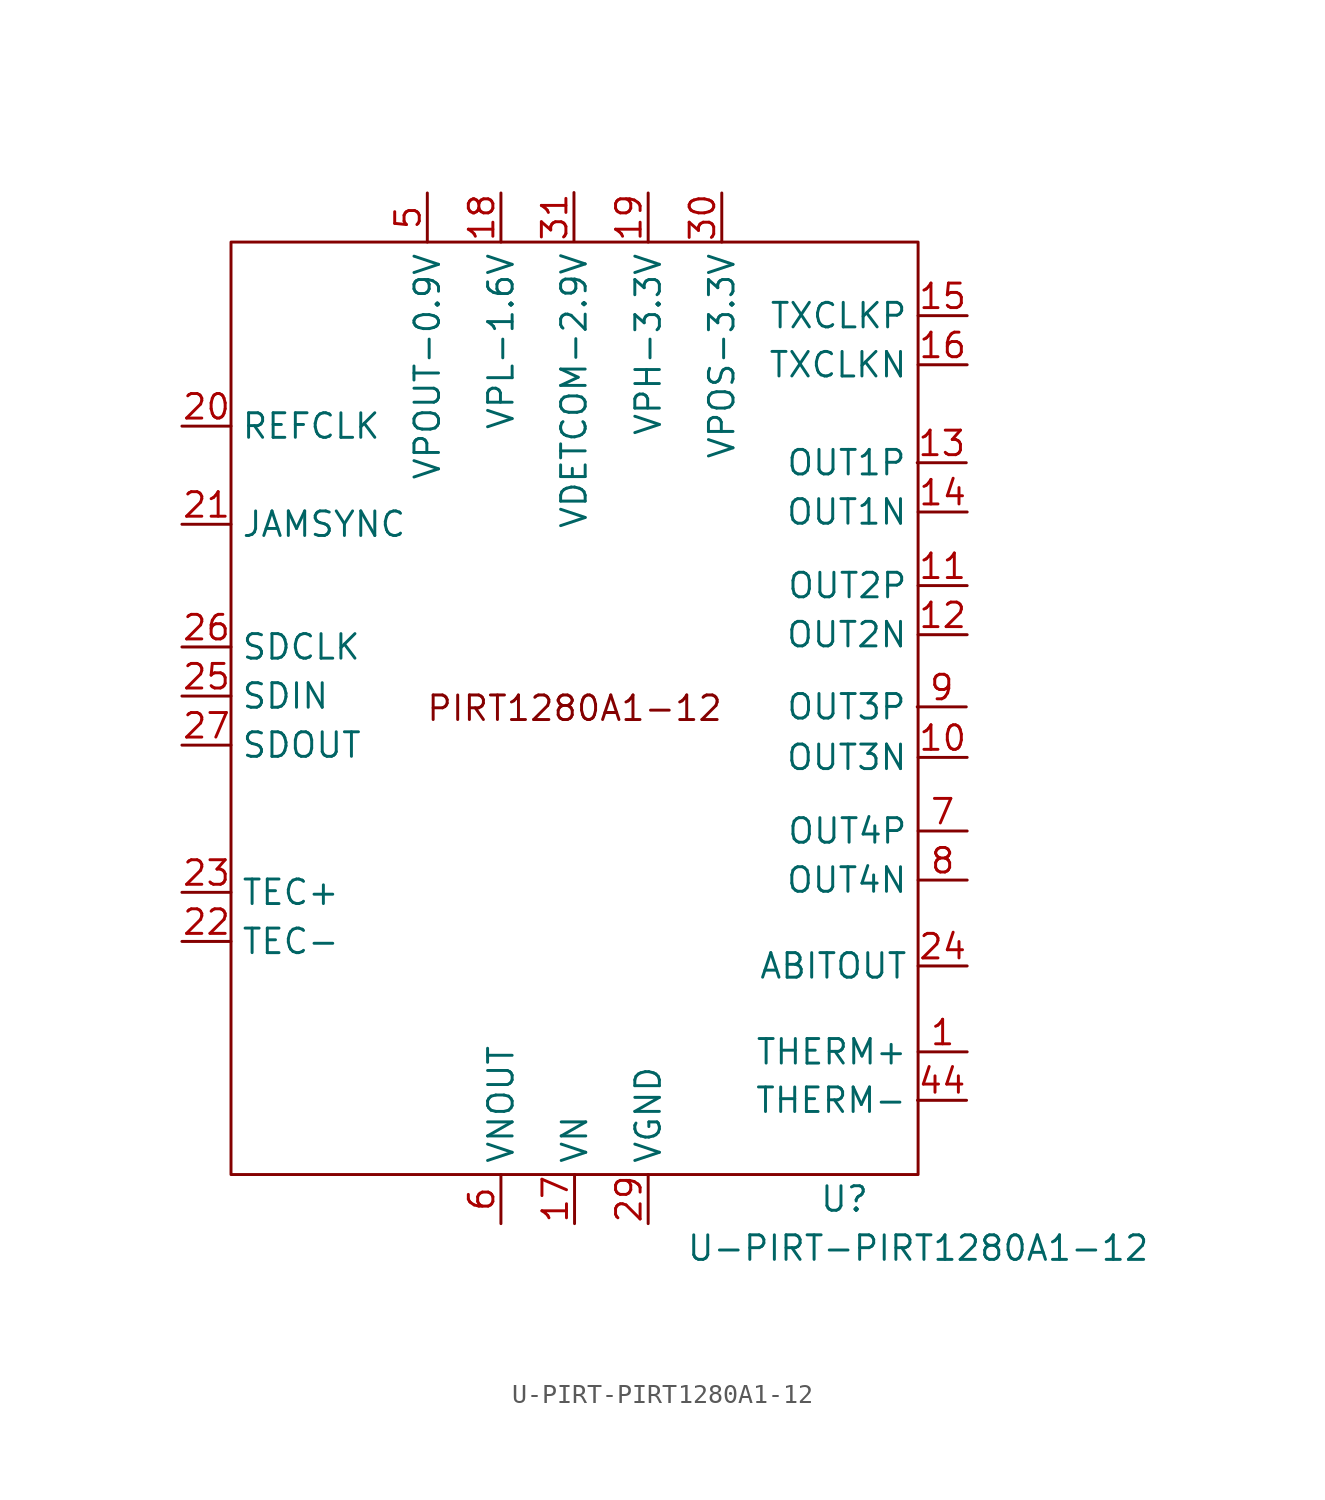
<source format=kicad_sym>
(kicad_symbol_lib
  (version 20211014)
  (generator kicad_symbol_editor)
  (symbol "U-PIRT-PIRT1280A1-12"
    (property "Reference" "U"
      (at 13.97 -25.4 0)
      (effects (font (size 1.27 1.27))))
    (property "Value" "U-PIRT-PIRT1280A1-12"
      (at 17.78 -27.94 0)
      (effects (font (size 1.27 1.27))))
    (symbol "U-PIRT-PIRT1280A1-12_0_0"
      (text "PIRT1280A1-12" (at 0 0 0) (effects (font (size 1.27 1.27)))))
    (symbol "U-PIRT-PIRT1280A1-12_0_1"
      (rectangle (start -17.78 24.13) (end 17.78 -24.13) (stroke (width 0) (type default) (color 0 0 0 0)) (fill (type none))))
    (symbol "U-PIRT-PIRT1280A1-12_1_1"
      (pin passive line (at 20.32 -17.78 180) (length 2.54) (name "THERM+" (effects (font (size 1.27 1.27)))) (number "1" (effects (font (size 1.27 1.27)))))
      (pin output line (at 20.32 -2.54 180) (length 2.54) (name "OUT3N" (effects (font (size 1.27 1.27)))) (number "10" (effects (font (size 1.27 1.27)))))
      (pin output line (at 20.32 6.35 180) (length 2.54) (name "OUT2P" (effects (font (size 1.27 1.27)))) (number "11" (effects (font (size 1.27 1.27)))))
      (pin output line (at 20.32 3.81 180) (length 2.54) (name "OUT2N" (effects (font (size 1.27 1.27)))) (number "12" (effects (font (size 1.27 1.27)))))
      (pin output line (at 20.274 12.71 180) (length 2.54) (name "OUT1P" (effects (font (size 1.27 1.27)))) (number "13" (effects (font (size 1.27 1.27)))))
      (pin output line (at 20.32 10.16 180) (length 2.54) (name "OUT1N" (effects (font (size 1.27 1.27)))) (number "14" (effects (font (size 1.27 1.27)))))
      (pin input line (at 20.32 20.32 180) (length 2.54) (name "TXCLKP" (effects (font (size 1.27 1.27)))) (number "15" (effects (font (size 1.27 1.27)))))
      (pin input line (at 20.32 17.78 180) (length 2.54) (name "TXCLKN" (effects (font (size 1.27 1.27)))) (number "16" (effects (font (size 1.27 1.27)))))
      (pin power_in line (at 0 -26.67 90) (length 2.54) (name "VN" (effects (font (size 1.27 1.27)))) (number "17" (effects (font (size 1.27 1.27)))))
      (pin power_in line (at -3.81 26.67 270) (length 2.54) (name "VPL-1.6V" (effects (font (size 1.27 1.27)))) (number "18" (effects (font (size 1.27 1.27)))))
      (pin power_in line (at 3.81 26.67 270) (length 2.54) (name "VPH-3.3V" (effects (font (size 1.27 1.27)))) (number "19" (effects (font (size 1.27 1.27)))))
      (pin input line (at -20.32 14.605 0) (length 2.54) (name "REFCLK" (effects (font (size 1.27 1.27)))) (number "20" (effects (font (size 1.27 1.27)))))
      (pin input line (at -20.32 9.525 0) (length 2.54) (name "JAMSYNC" (effects (font (size 1.27 1.27)))) (number "21" (effects (font (size 1.27 1.27)))))
      (pin passive line (at -20.32 -12.065 0) (length 2.54) (name "TEC-" (effects (font (size 1.27 1.27)))) (number "22" (effects (font (size 1.27 1.27)))))
      (pin passive line (at -20.32 -9.525 0) (length 2.54) (name "TEC+" (effects (font (size 1.27 1.27)))) (number "23" (effects (font (size 1.27 1.27)))))
      (pin output line (at 20.32 -13.335 180) (length 2.54) (name "ABITOUT" (effects (font (size 1.27 1.27)))) (number "24" (effects (font (size 1.27 1.27)))))
      (pin input line (at -20.32 0.635 0) (length 2.54) (name "SDIN" (effects (font (size 1.27 1.27)))) (number "25" (effects (font (size 1.27 1.27)))))
      (pin input line (at -20.32 3.175 0) (length 2.54) (name "SDCLK" (effects (font (size 1.27 1.27)))) (number "26" (effects (font (size 1.27 1.27)))))
      (pin output line (at -20.32 -1.905 0) (length 2.54) (name "SDOUT" (effects (font (size 1.27 1.27)))) (number "27" (effects (font (size 1.27 1.27)))))
      (pin power_in line (at 3.81 -26.67 90) (length 2.54) (name "VGND" (effects (font (size 1.27 1.27)))) (number "29" (effects (font (size 1.27 1.27)))))
      (pin power_in line (at 7.62 26.67 270) (length 2.54) (name "VPOS-3.3V" (effects (font (size 1.27 1.27)))) (number "30" (effects (font (size 1.27 1.27)))))
      (pin power_in line (at -0.03 26.693 270) (length 2.54) (name "VDETCOM-2.9V" (effects (font (size 1.27 1.27)))) (number "31" (effects (font (size 1.27 1.27)))))
      (pin passive line (at 20.288 -20.287 180) (length 2.54) (name "THERM-" (effects (font (size 1.27 1.27)))) (number "44" (effects (font (size 1.27 1.27)))))
      (pin power_in line (at -7.62 26.67 270) (length 2.54) (name "VPOUT-0.9V" (effects (font (size 1.27 1.27)))) (number "5" (effects (font (size 1.27 1.27)))))
      (pin power_in line (at -3.81 -26.67 90) (length 2.54) (name "VNOUT" (effects (font (size 1.27 1.27)))) (number "6" (effects (font (size 1.27 1.27)))))
      (pin output line (at 20.32 -6.35 180) (length 2.54) (name "OUT4P" (effects (font (size 1.27 1.27)))) (number "7" (effects (font (size 1.27 1.27)))))
      (pin output line (at 20.32 -8.89 180) (length 2.54) (name "OUT4N" (effects (font (size 1.27 1.27)))) (number "8" (effects (font (size 1.27 1.27)))))
      (pin output line (at 20.274 0.075 180) (length 2.54) (name "OUT3P" (effects (font (size 1.27 1.27)))) (number "9" (effects (font (size 1.27 1.27))))))))
</source>
